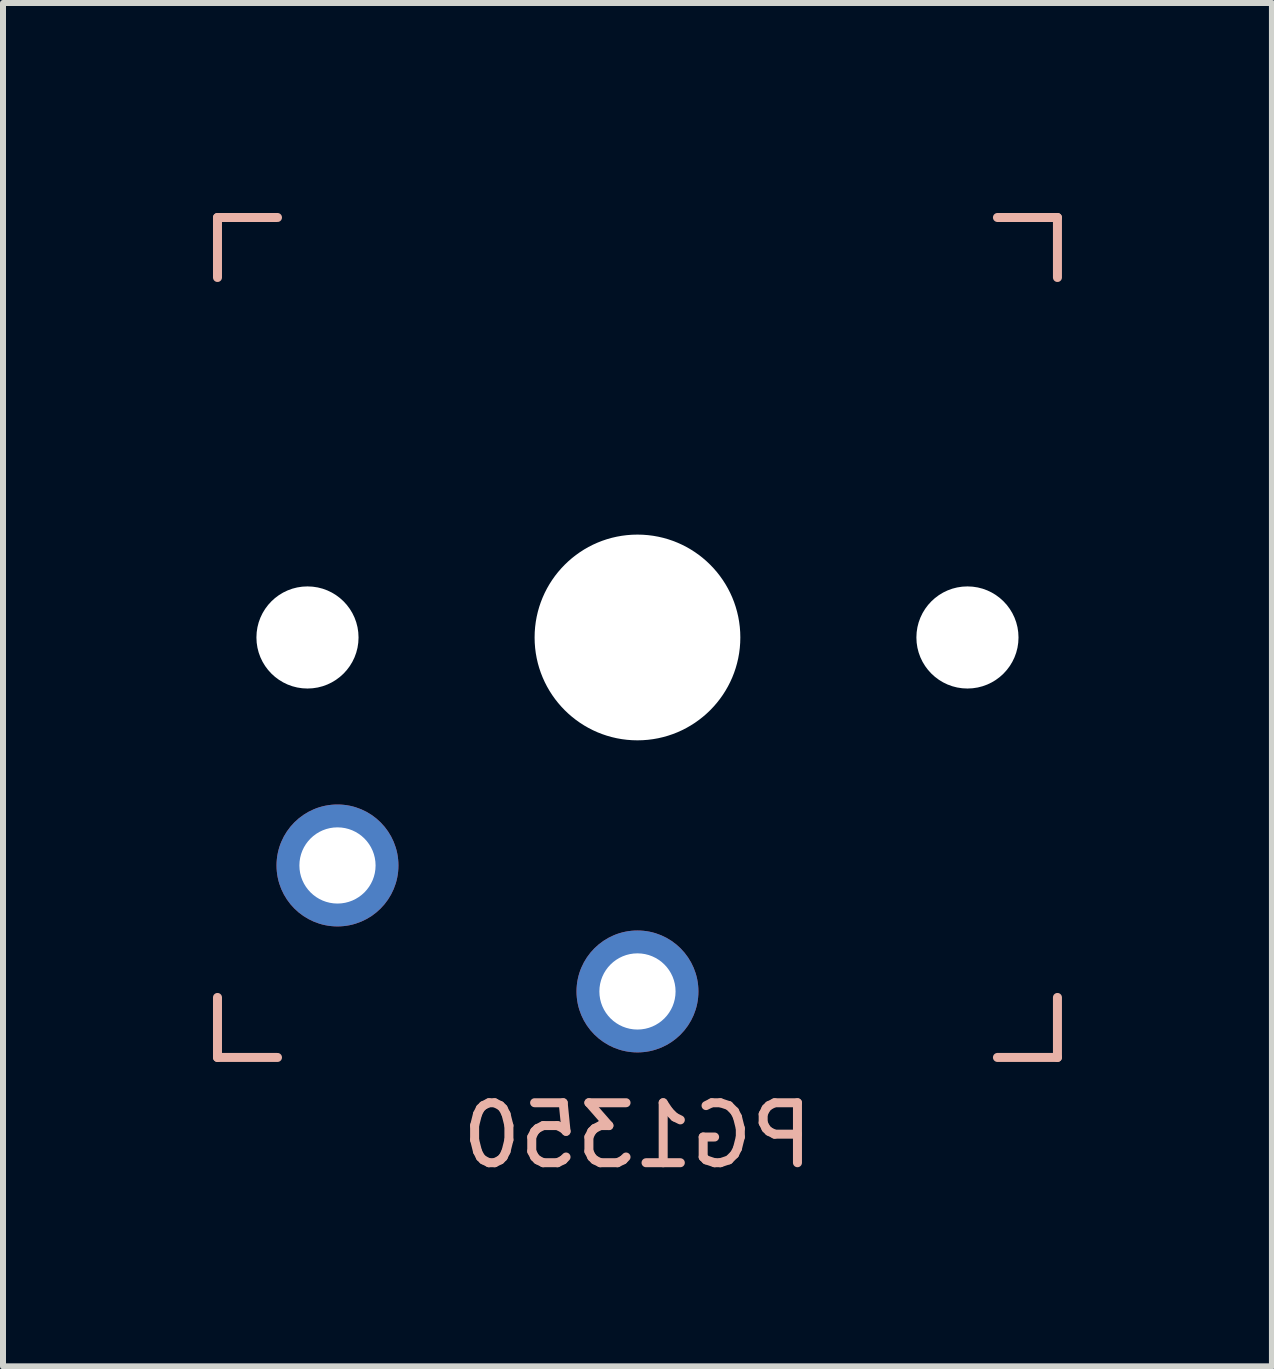
<source format=kicad_pcb>
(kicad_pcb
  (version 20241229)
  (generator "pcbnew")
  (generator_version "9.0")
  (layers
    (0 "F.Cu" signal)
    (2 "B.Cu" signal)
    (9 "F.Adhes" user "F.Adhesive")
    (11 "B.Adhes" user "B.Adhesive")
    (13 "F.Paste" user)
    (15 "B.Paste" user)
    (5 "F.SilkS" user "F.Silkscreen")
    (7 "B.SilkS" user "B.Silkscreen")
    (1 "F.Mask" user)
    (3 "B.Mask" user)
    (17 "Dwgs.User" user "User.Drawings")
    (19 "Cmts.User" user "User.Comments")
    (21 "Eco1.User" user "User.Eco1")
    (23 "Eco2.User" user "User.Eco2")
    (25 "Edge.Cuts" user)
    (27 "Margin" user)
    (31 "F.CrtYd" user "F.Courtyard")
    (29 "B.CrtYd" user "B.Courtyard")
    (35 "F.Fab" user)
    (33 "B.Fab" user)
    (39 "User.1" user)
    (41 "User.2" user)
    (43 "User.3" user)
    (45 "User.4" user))
  (footprint "PG1350"
    (layer "F.Cu")
    (at 7.575 7.575)
    (property "Reference" "PG1350" (at 0 8.3 0) (layer "B.SilkS") (effects (font (size 1 1) (thickness 0.15)) (justify mirror)))
    (attr through_hole)
    (fp_line (start -7 -7) (end -6 -7) (stroke (width 0.15) (type solid)) (layer "B.SilkS"))
    (fp_line (start -7 -6) (end -7 -7) (stroke (width 0.15) (type solid)) (layer "B.SilkS"))
    (fp_line (start -7 7) (end -7 6) (stroke (width 0.15) (type solid)) (layer "B.SilkS"))
    (fp_line (start -6 7) (end -7 7) (stroke (width 0.15) (type solid)) (layer "B.SilkS"))
    (fp_line (start 6 -7) (end 7 -7) (stroke (width 0.15) (type solid)) (layer "B.SilkS"))
    (fp_line (start 7 -7) (end 7 -6) (stroke (width 0.15) (type solid)) (layer "B.SilkS"))
    (fp_line (start 7 6) (end 7 7) (stroke (width 0.15) (type solid)) (layer "B.SilkS"))
    (fp_line (start 7 7) (end 6 7) (stroke (width 0.15) (type solid)) (layer "B.SilkS"))
    (fp_line (start -7.5 -7.5) (end 7.5 -7.5) (stroke (width 0.15) (type solid)) (layer "Eco2.User"))
    (fp_line (start -7.5 7.5) (end -7.5 -7.5) (stroke (width 0.15) (type solid)) (layer "Eco2.User"))
    (fp_line (start -6.9 6.9) (end -6.9 -6.9) (stroke (width 0.15) (type solid)) (layer "Eco2.User"))
    (fp_line (start -6.9 6.9) (end 6.9 6.9) (stroke (width 0.15) (type solid)) (layer "Eco2.User"))
    (fp_line (start -2.6 -3.1) (end -2.6 -6.3) (stroke (width 0.15) (type solid)) (layer "Eco2.User"))
    (fp_line (start -2.6 -3.1) (end 2.6 -3.1) (stroke (width 0.15) (type solid)) (layer "Eco2.User"))
    (fp_line (start 2.6 -6.3) (end -2.6 -6.3) (stroke (width 0.15) (type solid)) (layer "Eco2.User"))
    (fp_line (start 2.6 -3.1) (end 2.6 -6.3) (stroke (width 0.15) (type solid)) (layer "Eco2.User"))
    (fp_line (start 6.9 -6.9) (end -6.9 -6.9) (stroke (width 0.15) (type solid)) (layer "Eco2.User"))
    (fp_line (start 6.9 -6.9) (end 6.9 6.9) (stroke (width 0.15) (type solid)) (layer "Eco2.User"))
    (fp_line (start 7.5 -7.5) (end 7.5 7.5) (stroke (width 0.15) (type solid)) (layer "Eco2.User"))
    (fp_line (start 7.5 7.5) (end -7.5 7.5) (stroke (width 0.15) (type solid)) (layer "Eco2.User"))
    (pad "" np_thru_hole circle (at -5.5 0) (size 1.702 1.702) (drill 1.702) (layers "*.Cu" "*.Mask"))
    (pad "" np_thru_hole circle (at 0 0) (size 3.429 3.429) (drill 3.429) (layers "*.Cu" "*.Mask"))
    (pad "" np_thru_hole circle (at 5.5 0) (size 1.702 1.702) (drill 1.702) (layers "*.Cu" "*.Mask"))
    (pad "1" thru_hole circle (at 0 5.9) (size 2.032 2.032) (drill 1.27) (layers "*.Cu" "*.Mask"))
    (pad "2" thru_hole circle (at -5 3.8) (size 2.032 2.032) (drill 1.27) (layers "*.Cu" "*.Mask")))
  (gr_rect
    (start -3 -3)
    (end 18.15 19.723)
    (stroke (width 0.1) (type default))
    (fill no)
    (layer "Edge.Cuts")))
</source>
